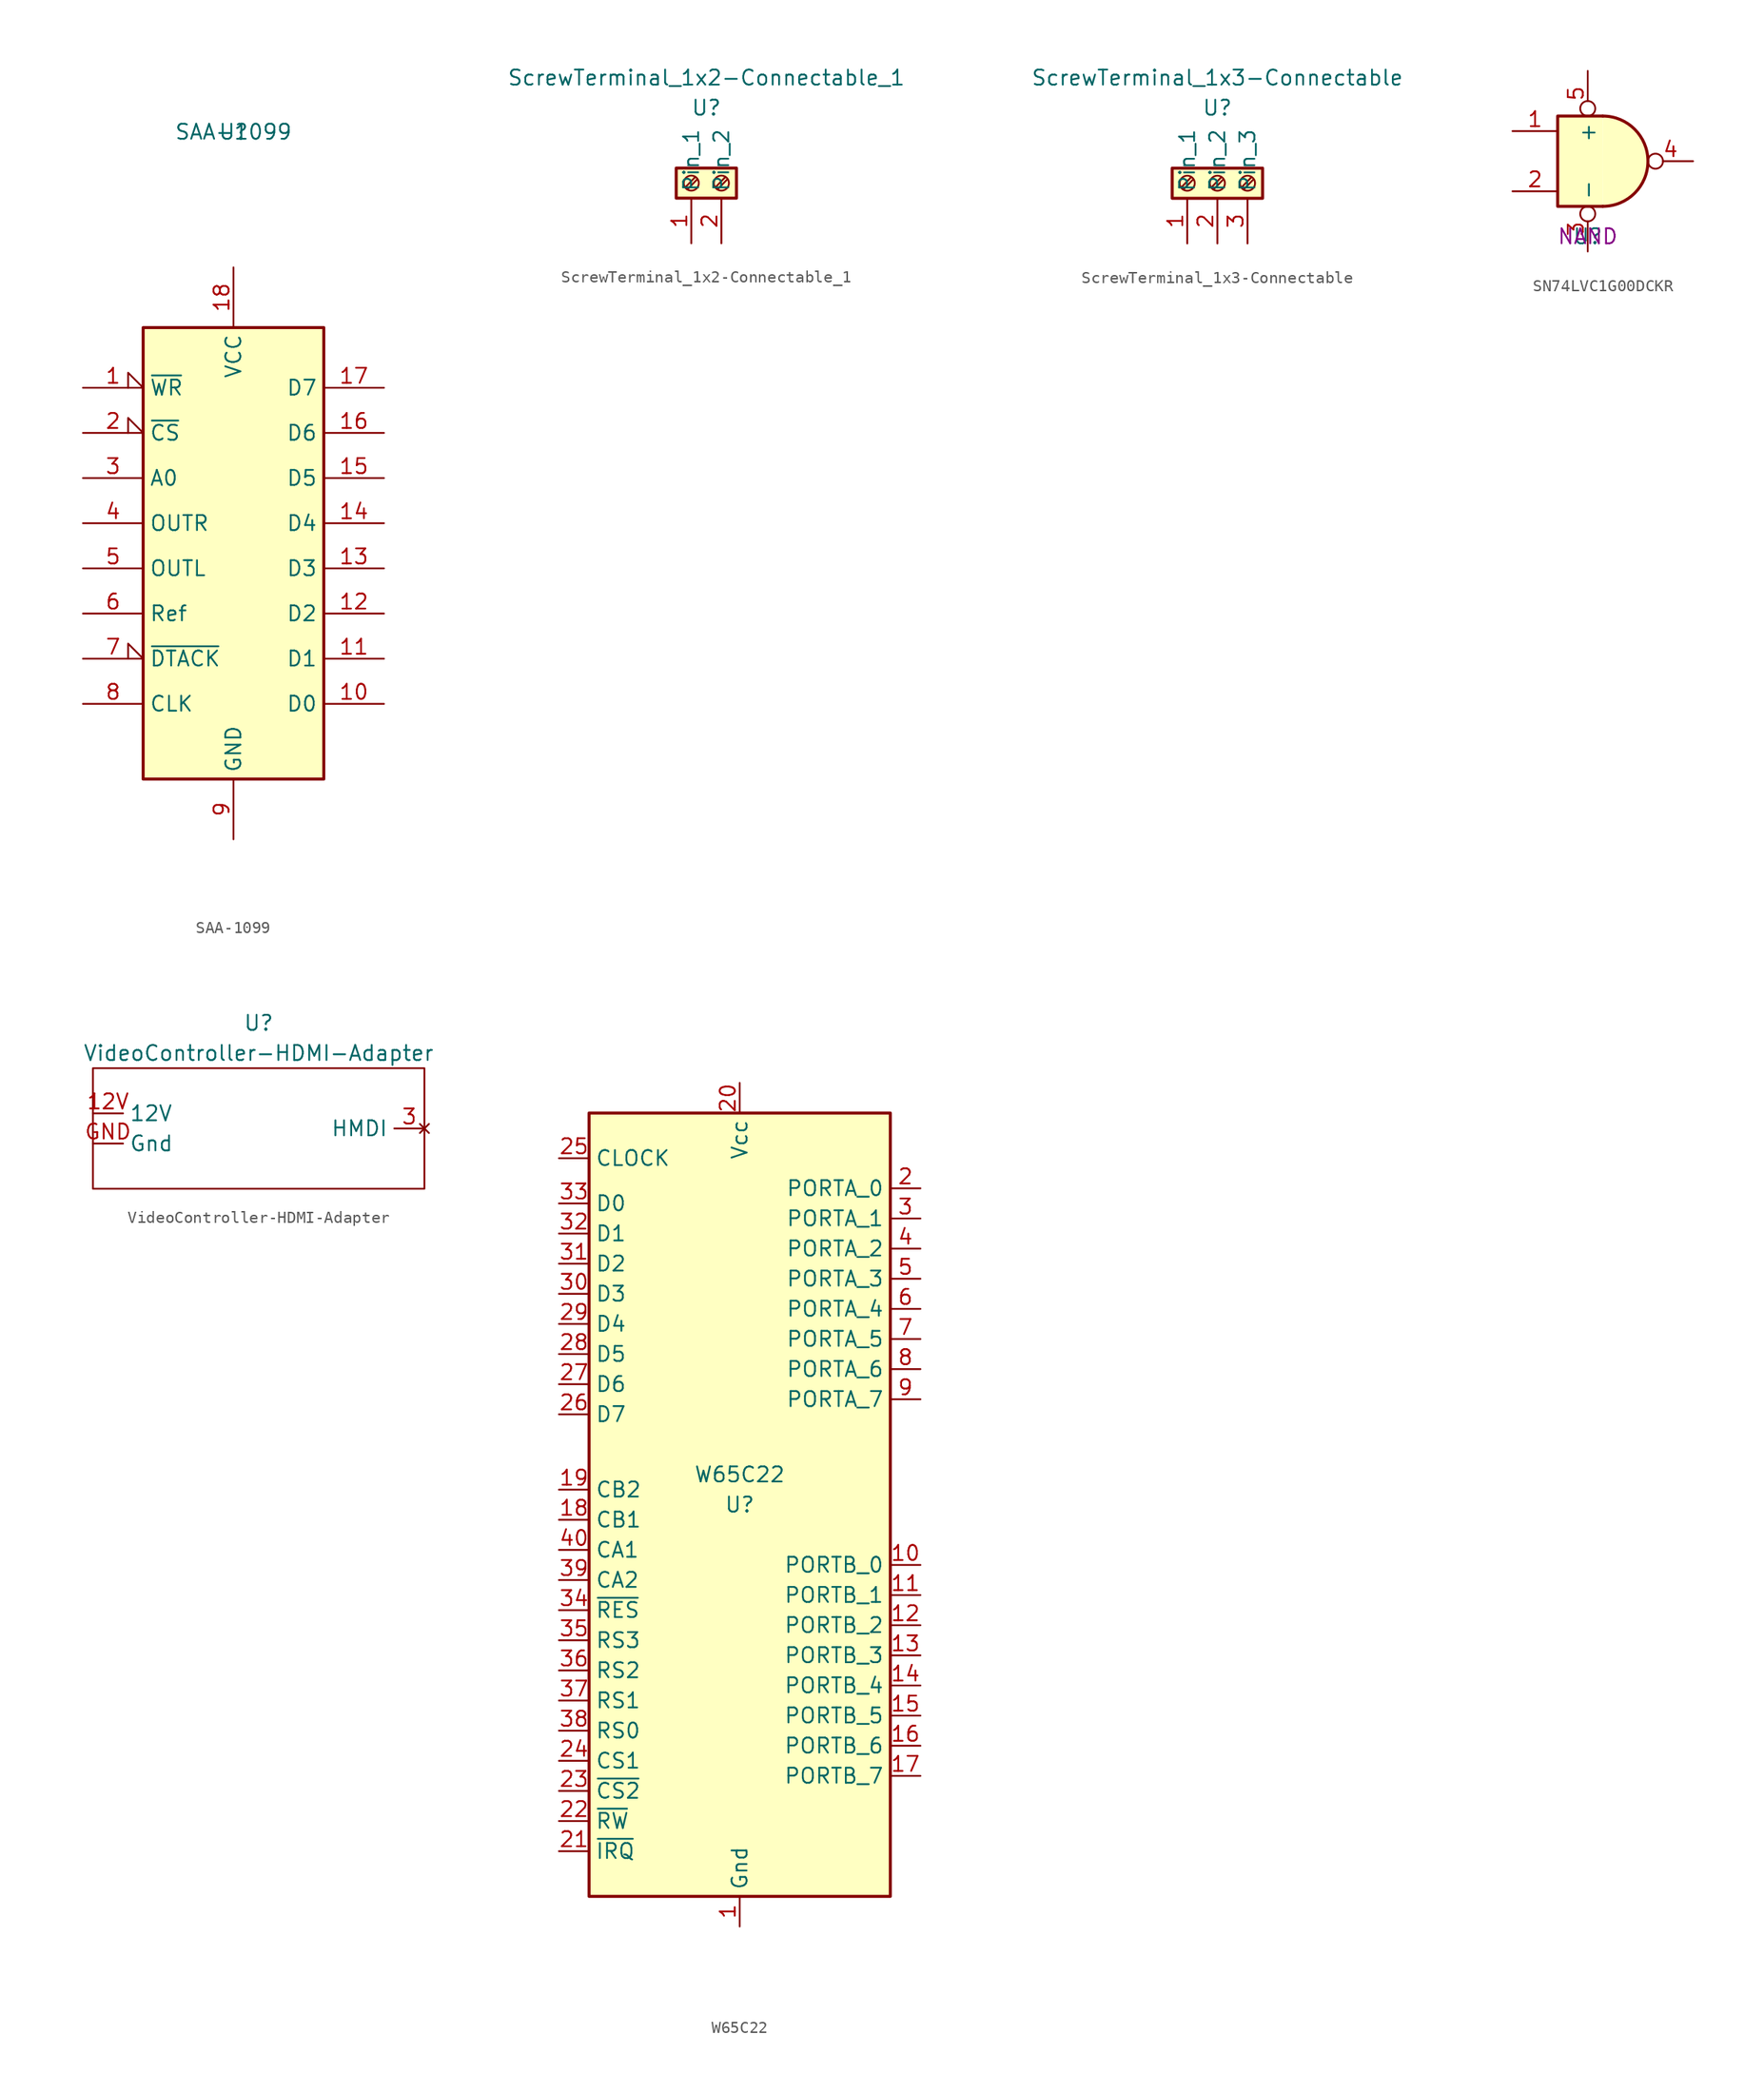
<source format=kicad_sym>
(kicad_symbol_lib
  (version 20211014)
  (generator kicad_symbol_editor)
  (symbol "SAA-1099"
    (property "Reference" "U"
      (at 0 0 0)
      (effects (font (size 1.27 1.27))))
    (property "Value" "SAA-1099"
      (at 0 0 0)
      (effects (font (size 1.27 1.27))))
    (symbol "SAA-1099_1_0"
      (pin input input_low (at -12.7 -21.59 0) (length 5.08) (name "~{WR}" (effects (font (size 1.27 1.27)))) (number "1" (effects (font (size 1.27 1.27)))))
      (pin input line (at 12.7 -48.26 180) (length 5.08) (name "D0" (effects (font (size 1.27 1.27)))) (number "10" (effects (font (size 1.27 1.27)))))
      (pin input line (at 12.7 -44.45 180) (length 5.08) (name "D1" (effects (font (size 1.27 1.27)))) (number "11" (effects (font (size 1.27 1.27)))))
      (pin input line (at 12.7 -40.64 180) (length 5.08) (name "D2" (effects (font (size 1.27 1.27)))) (number "12" (effects (font (size 1.27 1.27)))))
      (pin input line (at 12.7 -36.83 180) (length 5.08) (name "D3" (effects (font (size 1.27 1.27)))) (number "13" (effects (font (size 1.27 1.27)))))
      (pin input line (at 12.7 -33.02 180) (length 5.08) (name "D4" (effects (font (size 1.27 1.27)))) (number "14" (effects (font (size 1.27 1.27)))))
      (pin input line (at 12.7 -29.21 180) (length 5.08) (name "D5" (effects (font (size 1.27 1.27)))) (number "15" (effects (font (size 1.27 1.27)))))
      (pin input line (at 12.7 -25.4 180) (length 5.08) (name "D6" (effects (font (size 1.27 1.27)))) (number "16" (effects (font (size 1.27 1.27)))))
      (pin input line (at 12.7 -21.59 180) (length 5.08) (name "D7" (effects (font (size 1.27 1.27)))) (number "17" (effects (font (size 1.27 1.27)))))
      (pin power_in line (at 0 -11.43 270) (length 5.08) (name "VCC" (effects (font (size 1.27 1.27)))) (number "18" (effects (font (size 1.27 1.27)))))
      (pin input input_low (at -12.7 -25.4 0) (length 5.08) (name "~{CS}" (effects (font (size 1.27 1.27)))) (number "2" (effects (font (size 1.27 1.27)))))
      (pin input line (at -12.7 -29.21 0) (length 5.08) (name "A0" (effects (font (size 1.27 1.27)))) (number "3" (effects (font (size 1.27 1.27)))))
      (pin output line (at -12.7 -33.02 0) (length 5.08) (name "OUTR" (effects (font (size 1.27 1.27)))) (number "4" (effects (font (size 1.27 1.27)))))
      (pin output line (at -12.7 -36.83 0) (length 5.08) (name "OUTL" (effects (font (size 1.27 1.27)))) (number "5" (effects (font (size 1.27 1.27)))))
      (pin input line (at -12.7 -40.64 0) (length 5.08) (name "Ref" (effects (font (size 1.27 1.27)))) (number "6" (effects (font (size 1.27 1.27)))))
      (pin input input_low (at -12.7 -44.45 0) (length 5.08) (name "~{DTACK}" (effects (font (size 1.27 1.27)))) (number "7" (effects (font (size 1.27 1.27)))))
      (pin input line (at -12.7 -48.26 0) (length 5.08) (name "CLK" (effects (font (size 1.27 1.27)))) (number "8" (effects (font (size 1.27 1.27)))))
      (pin power_in line (at 0 -59.69 90) (length 5.08) (name "GND" (effects (font (size 1.27 1.27)))) (number "9" (effects (font (size 1.27 1.27))))))
    (symbol "SAA-1099_1_1"
      (rectangle (start -7.62 -16.51) (end 7.62 -54.61) (stroke (width 0.254) (type default) (color 0 0 0 0)) (fill (type background)))))
  (symbol "ScrewTerminal_1x2-Connectable_1"
    (property "Reference" "U"
      (at 0 6.35 0)
      (effects (font (size 1.27 1.27))))
    (property "Value" "ScrewTerminal_1x2-Connectable_1"
      (at 0 8.89 0)
      (effects (font (size 1.27 1.27))))
    (symbol "ScrewTerminal_1x2-Connectable_1_1_1"
      (rectangle (start -2.54 1.27) (end 2.54 -1.27) (stroke (width 0.254) (type default) (color 0 0 0 0)) (fill (type background)))
      (circle (center -1.27 0) (radius 0.635) (stroke (width 0.152) (type default) (color 0 0 0 0)) (fill (type none)))
      (polyline (pts (xy -1.778 -0.356) (xy -0.94 0.508)) (stroke (width 0.152) (type default) (color 0 0 0 0)) (fill (type none)))
      (polyline (pts (xy -1.6 -0.533) (xy -0.762 0.33)) (stroke (width 0.152) (type default) (color 0 0 0 0)) (fill (type none)))
      (polyline (pts (xy 0.762 -0.356) (xy 1.6 0.508)) (stroke (width 0.152) (type default) (color 0 0 0 0)) (fill (type none)))
      (polyline (pts (xy 0.94 -0.533) (xy 1.778 0.33)) (stroke (width 0.152) (type default) (color 0 0 0 0)) (fill (type none)))
      (circle (center 1.27 0) (radius 0.635) (stroke (width 0.152) (type default) (color 0 0 0 0)) (fill (type none)))
      (pin passive line (at -1.27 -5.08 90) (length 3.81) (name "Pin_1" (effects (font (size 1.27 1.27)))) (number "1" (effects (font (size 1.27 1.27)))))
      (pin passive line (at 1.27 -5.08 90) (length 3.81) (name "Pin_2" (effects (font (size 1.27 1.27)))) (number "2" (effects (font (size 1.27 1.27)))))))
  (symbol "ScrewTerminal_1x3-Connectable"
    (property "Reference" "U"
      (at 0 6.35 0)
      (effects (font (size 1.27 1.27))))
    (property "Value" "ScrewTerminal_1x3-Connectable"
      (at 0 8.89 0)
      (effects (font (size 1.27 1.27))))
    (symbol "ScrewTerminal_1x3-Connectable_1_1"
      (rectangle (start -3.81 -1.27) (end 3.81 1.27) (stroke (width 0.254) (type default) (color 0 0 0 0)) (fill (type background)))
      (circle (center -2.54 0) (radius 0.635) (stroke (width 0.152) (type default) (color 0 0 0 0)) (fill (type none)))
      (polyline (pts (xy -3.048 -0.356) (xy -2.21 0.508)) (stroke (width 0.152) (type default) (color 0 0 0 0)) (fill (type none)))
      (polyline (pts (xy -2.87 -0.533) (xy -2.032 0.33)) (stroke (width 0.152) (type default) (color 0 0 0 0)) (fill (type none)))
      (polyline (pts (xy -0.508 -0.356) (xy 0.33 0.508)) (stroke (width 0.152) (type default) (color 0 0 0 0)) (fill (type none)))
      (polyline (pts (xy -0.33 -0.533) (xy 0.508 0.33)) (stroke (width 0.152) (type default) (color 0 0 0 0)) (fill (type none)))
      (polyline (pts (xy 2.032 -0.356) (xy 2.87 0.508)) (stroke (width 0.152) (type default) (color 0 0 0 0)) (fill (type none)))
      (polyline (pts (xy 2.21 -0.533) (xy 3.048 0.33)) (stroke (width 0.152) (type default) (color 0 0 0 0)) (fill (type none)))
      (circle (center 0 0) (radius 0.635) (stroke (width 0.152) (type default) (color 0 0 0 0)) (fill (type none)))
      (circle (center 2.54 0) (radius 0.635) (stroke (width 0.152) (type default) (color 0 0 0 0)) (fill (type none)))
      (pin passive line (at -2.54 -5.08 90) (length 3.81) (name "Pin_1" (effects (font (size 1.27 1.27)))) (number "1" (effects (font (size 1.27 1.27)))))
      (pin passive line (at 0 -5.08 90) (length 3.81) (name "Pin_2" (effects (font (size 1.27 1.27)))) (number "2" (effects (font (size 1.27 1.27)))))
      (pin passive line (at 2.54 -5.08 90) (length 3.81) (name "Pin_3" (effects (font (size 1.27 1.27)))) (number "3" (effects (font (size 1.27 1.27)))))))
  (symbol "SN74LVC1G00DCKR"
    (property "Reference" "U"
      (at 0 0 0)
      (effects (font (size 1.27 1.27))))
    (property "Gate" "NAND"
      (at 0 0 0)
      (effects (font (size 1.27 1.27))))
    (symbol "SN74LVC1G00DCKR_1_1"
      (polyline (pts (xy 1.27 10.16) (xy -2.54 10.16) (xy -2.54 2.54) (xy 1.27 2.54)) (stroke (width 0.254) (type default) (color 0 0 0 0)) (fill (type background)))
      (arc (start 1.27 2.54) (mid 5.08 6.35) (end 1.27 10.16) (stroke (width 0.254) (type default) (color 0 0 0 0)) (fill (type background)))
      (pin input line (at -6.35 8.89 0) (length 3.81) (name "~" (effects (font (size 1.27 1.27)))) (number "1" (effects (font (size 1.27 1.27)))))
      (pin input line (at -6.35 3.81 0) (length 3.81) (name "~" (effects (font (size 1.27 1.27)))) (number "2" (effects (font (size 1.27 1.27)))))
      (pin power_in inverted (at 0 -1.27 90) (length 3.81) (name "-" (effects (font (size 1.27 1.27)))) (number "3" (effects (font (size 1.27 1.27)))))
      (pin output inverted (at 8.89 6.35 180) (length 3.81) (name "~" (effects (font (size 1.27 1.27)))) (number "4" (effects (font (size 1.27 1.27)))))
      (pin power_in inverted (at 0 13.97 270) (length 3.81) (name "+" (effects (font (size 1.27 1.27)))) (number "5" (effects (font (size 1.27 1.27)))))))
  (symbol "VideoController-HDMI-Adapter"
    (property "Reference" "U"
      (at 0 8.89 0)
      (effects (font (size 1.27 1.27))))
    (property "Value" "VideoController-HDMI-Adapter"
      (at 0 6.35 0)
      (effects (font (size 1.27 1.27))))
    (symbol "VideoController-HDMI-Adapter_0_1"
      (rectangle (start -13.97 5.08) (end 13.97 -5.08) (stroke (width 0) (type default) (color 0 0 0 0)) (fill (type none))))
    (symbol "VideoController-HDMI-Adapter_1_1"
      (pin power_in line (at -13.97 1.27 0) (length 2.54) (name "12V" (effects (font (size 1.27 1.27)))) (number "12V" (effects (font (size 1.27 1.27)))))
      (pin no_connect line (at 13.97 0 180) (length 2.54) (name "HMDI" (effects (font (size 1.27 1.27)))) (number "3" (effects (font (size 1.27 1.27)))))
      (pin power_in line (at -13.97 -1.27 0) (length 2.54) (name "Gnd" (effects (font (size 1.27 1.27)))) (number "GND" (effects (font (size 1.27 1.27)))))))
  (symbol "W65C22"
    (property "Reference" "U"
      (at 0 -22.86 0)
      (effects (font (size 1.27 1.27))))
    (property "Value" "W65C22"
      (at 0 -20.32 0)
      (effects (font (size 1.27 1.27))))
    (symbol "W65C22_0_1"
      (rectangle (start -12.7 10.16) (end 12.7 -55.88) (stroke (width 0.254) (type default) (color 0 0 0 0)) (fill (type background))))
    (symbol "W65C22_1_1"
      (pin power_in line (at 0 -58.42 90) (length 2.54) (name "Gnd" (effects (font (size 1.27 1.27)))) (number "1" (effects (font (size 1.27 1.27)))))
      (pin bidirectional line (at 15.24 -27.94 180) (length 2.54) (name "PORTB_0" (effects (font (size 1.27 1.27)))) (number "10" (effects (font (size 1.27 1.27)))))
      (pin bidirectional line (at 15.24 -30.48 180) (length 2.54) (name "PORTB_1" (effects (font (size 1.27 1.27)))) (number "11" (effects (font (size 1.27 1.27)))))
      (pin bidirectional line (at 15.24 -33.02 180) (length 2.54) (name "PORTB_2" (effects (font (size 1.27 1.27)))) (number "12" (effects (font (size 1.27 1.27)))))
      (pin bidirectional line (at 15.24 -35.56 180) (length 2.54) (name "PORTB_3" (effects (font (size 1.27 1.27)))) (number "13" (effects (font (size 1.27 1.27)))))
      (pin bidirectional line (at 15.24 -38.1 180) (length 2.54) (name "PORTB_4" (effects (font (size 1.27 1.27)))) (number "14" (effects (font (size 1.27 1.27)))))
      (pin bidirectional line (at 15.24 -40.64 180) (length 2.54) (name "PORTB_5" (effects (font (size 1.27 1.27)))) (number "15" (effects (font (size 1.27 1.27)))))
      (pin bidirectional line (at 15.24 -43.18 180) (length 2.54) (name "PORTB_6" (effects (font (size 1.27 1.27)))) (number "16" (effects (font (size 1.27 1.27)))))
      (pin bidirectional line (at 15.24 -45.72 180) (length 2.54) (name "PORTB_7" (effects (font (size 1.27 1.27)))) (number "17" (effects (font (size 1.27 1.27)))))
      (pin bidirectional line (at -15.24 -24.13 0) (length 2.54) (name "CB1" (effects (font (size 1.27 1.27)))) (number "18" (effects (font (size 1.27 1.27)))))
      (pin bidirectional line (at -15.24 -21.59 0) (length 2.54) (name "CB2" (effects (font (size 1.27 1.27)))) (number "19" (effects (font (size 1.27 1.27)))))
      (pin bidirectional line (at 15.24 3.81 180) (length 2.54) (name "PORTA_0" (effects (font (size 1.27 1.27)))) (number "2" (effects (font (size 1.27 1.27)))))
      (pin power_in line (at 0 12.7 270) (length 2.54) (name "Vcc" (effects (font (size 1.27 1.27)))) (number "20" (effects (font (size 1.27 1.27)))))
      (pin output line (at -15.24 -52.07 0) (length 2.54) (name "~{IRQ}" (effects (font (size 1.27 1.27)))) (number "21" (effects (font (size 1.27 1.27)))))
      (pin input line (at -15.24 -49.53 0) (length 2.54) (name "~{RW}" (effects (font (size 1.27 1.27)))) (number "22" (effects (font (size 1.27 1.27)))))
      (pin input line (at -15.24 -46.99 0) (length 2.54) (name "~{CS2}" (effects (font (size 1.27 1.27)))) (number "23" (effects (font (size 1.27 1.27)))))
      (pin input line (at -15.24 -44.45 0) (length 2.54) (name "CS1" (effects (font (size 1.27 1.27)))) (number "24" (effects (font (size 1.27 1.27)))))
      (pin input line (at -15.24 6.35 0) (length 2.54) (name "CLOCK" (effects (font (size 1.27 1.27)))) (number "25" (effects (font (size 1.27 1.27)))))
      (pin bidirectional line (at -15.24 -15.24 0) (length 2.54) (name "D7" (effects (font (size 1.27 1.27)))) (number "26" (effects (font (size 1.27 1.27)))))
      (pin bidirectional line (at -15.24 -12.7 0) (length 2.54) (name "D6" (effects (font (size 1.27 1.27)))) (number "27" (effects (font (size 1.27 1.27)))))
      (pin bidirectional line (at -15.24 -10.16 0) (length 2.54) (name "D5" (effects (font (size 1.27 1.27)))) (number "28" (effects (font (size 1.27 1.27)))))
      (pin bidirectional line (at -15.24 -7.62 0) (length 2.54) (name "D4" (effects (font (size 1.27 1.27)))) (number "29" (effects (font (size 1.27 1.27)))))
      (pin bidirectional line (at 15.24 1.27 180) (length 2.54) (name "PORTA_1" (effects (font (size 1.27 1.27)))) (number "3" (effects (font (size 1.27 1.27)))))
      (pin bidirectional line (at -15.24 -5.08 0) (length 2.54) (name "D3" (effects (font (size 1.27 1.27)))) (number "30" (effects (font (size 1.27 1.27)))))
      (pin bidirectional line (at -15.24 -2.54 0) (length 2.54) (name "D2" (effects (font (size 1.27 1.27)))) (number "31" (effects (font (size 1.27 1.27)))))
      (pin bidirectional line (at -15.24 0 0) (length 2.54) (name "D1" (effects (font (size 1.27 1.27)))) (number "32" (effects (font (size 1.27 1.27)))))
      (pin bidirectional line (at -15.24 2.54 0) (length 2.54) (name "D0" (effects (font (size 1.27 1.27)))) (number "33" (effects (font (size 1.27 1.27)))))
      (pin input line (at -15.24 -31.75 0) (length 2.54) (name "~{RES}" (effects (font (size 1.27 1.27)))) (number "34" (effects (font (size 1.27 1.27)))))
      (pin input line (at -15.24 -34.29 0) (length 2.54) (name "RS3" (effects (font (size 1.27 1.27)))) (number "35" (effects (font (size 1.27 1.27)))))
      (pin input line (at -15.24 -36.83 0) (length 2.54) (name "RS2" (effects (font (size 1.27 1.27)))) (number "36" (effects (font (size 1.27 1.27)))))
      (pin input line (at -15.24 -39.37 0) (length 2.54) (name "RS1" (effects (font (size 1.27 1.27)))) (number "37" (effects (font (size 1.27 1.27)))))
      (pin input line (at -15.24 -41.91 0) (length 2.54) (name "RS0" (effects (font (size 1.27 1.27)))) (number "38" (effects (font (size 1.27 1.27)))))
      (pin input line (at -15.24 -29.21 0) (length 2.54) (name "CA2" (effects (font (size 1.27 1.27)))) (number "39" (effects (font (size 1.27 1.27)))))
      (pin bidirectional line (at 15.24 -1.27 180) (length 2.54) (name "PORTA_2" (effects (font (size 1.27 1.27)))) (number "4" (effects (font (size 1.27 1.27)))))
      (pin input line (at -15.24 -26.67 0) (length 2.54) (name "CA1" (effects (font (size 1.27 1.27)))) (number "40" (effects (font (size 1.27 1.27)))))
      (pin bidirectional line (at 15.24 -3.81 180) (length 2.54) (name "PORTA_3" (effects (font (size 1.27 1.27)))) (number "5" (effects (font (size 1.27 1.27)))))
      (pin bidirectional line (at 15.24 -6.35 180) (length 2.54) (name "PORTA_4" (effects (font (size 1.27 1.27)))) (number "6" (effects (font (size 1.27 1.27)))))
      (pin bidirectional line (at 15.24 -8.89 180) (length 2.54) (name "PORTA_5" (effects (font (size 1.27 1.27)))) (number "7" (effects (font (size 1.27 1.27)))))
      (pin bidirectional line (at 15.24 -11.43 180) (length 2.54) (name "PORTA_6" (effects (font (size 1.27 1.27)))) (number "8" (effects (font (size 1.27 1.27)))))
      (pin bidirectional line (at 15.24 -13.97 180) (length 2.54) (name "PORTA_7" (effects (font (size 1.27 1.27)))) (number "9" (effects (font (size 1.27 1.27))))))))
</source>
